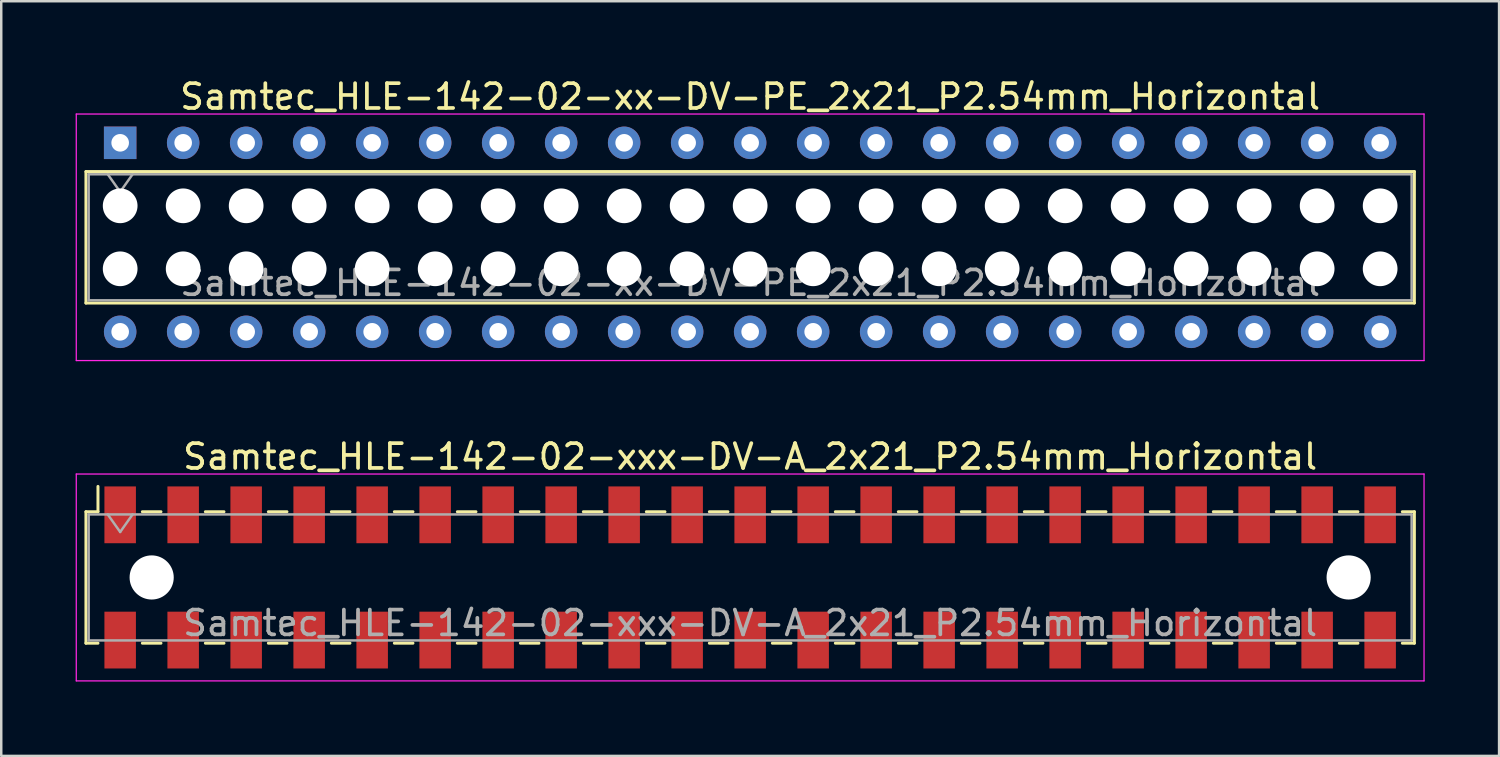
<source format=kicad_pcb>
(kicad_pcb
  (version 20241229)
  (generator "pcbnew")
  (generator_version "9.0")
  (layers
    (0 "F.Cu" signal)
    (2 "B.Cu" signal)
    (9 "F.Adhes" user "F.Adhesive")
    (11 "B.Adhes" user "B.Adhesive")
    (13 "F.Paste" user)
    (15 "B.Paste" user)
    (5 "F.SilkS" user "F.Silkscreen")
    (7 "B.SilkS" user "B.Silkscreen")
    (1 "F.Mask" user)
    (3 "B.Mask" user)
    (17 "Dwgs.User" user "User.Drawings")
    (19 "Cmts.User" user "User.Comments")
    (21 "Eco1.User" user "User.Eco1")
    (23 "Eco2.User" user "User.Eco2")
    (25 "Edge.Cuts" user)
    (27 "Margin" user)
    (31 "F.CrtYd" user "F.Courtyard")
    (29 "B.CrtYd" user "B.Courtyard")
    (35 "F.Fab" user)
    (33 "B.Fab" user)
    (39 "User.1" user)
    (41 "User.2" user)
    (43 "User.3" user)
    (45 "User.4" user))
  (footprint "Samtec_HLE-142-02-xxx-DV-A_2x21_P2.54mm_Horizontal"
    (layer "F.Cu")
    (at 27.195 20.232)
    (property "Reference" "Samtec_HLE-142-02-xxx-DV-A_2x21_P2.54mm_Horizontal" (at 0 -4.87 0) (layer "F.SilkS") (effects (font (size 1 1) (thickness 0.15))))
    (attr smd)
    (fp_line (start -26.78 -2.65) (end -26.78 2.65) (stroke (width 0.12) (type solid)) (layer "F.SilkS"))
    (fp_line (start -26.78 2.65) (end -26.295 2.65) (stroke (width 0.12) (type solid)) (layer "F.SilkS"))
    (fp_line (start -26.295 -3.67) (end -26.295 -2.65) (stroke (width 0.12) (type solid)) (layer "F.SilkS"))
    (fp_line (start -26.295 -2.65) (end -26.78 -2.65) (stroke (width 0.12) (type solid)) (layer "F.SilkS"))
    (fp_line (start -24.505 -2.65) (end -23.755 -2.65) (stroke (width 0.12) (type solid)) (layer "F.SilkS"))
    (fp_line (start -24.505 2.65) (end -23.755 2.65) (stroke (width 0.12) (type solid)) (layer "F.SilkS"))
    (fp_line (start -21.965 -2.65) (end -21.215 -2.65) (stroke (width 0.12) (type solid)) (layer "F.SilkS"))
    (fp_line (start -21.965 2.65) (end -21.215 2.65) (stroke (width 0.12) (type solid)) (layer "F.SilkS"))
    (fp_line (start -19.425 -2.65) (end -18.675 -2.65) (stroke (width 0.12) (type solid)) (layer "F.SilkS"))
    (fp_line (start -19.425 2.65) (end -18.675 2.65) (stroke (width 0.12) (type solid)) (layer "F.SilkS"))
    (fp_line (start -16.885 -2.65) (end -16.135 -2.65) (stroke (width 0.12) (type solid)) (layer "F.SilkS"))
    (fp_line (start -16.885 2.65) (end -16.135 2.65) (stroke (width 0.12) (type solid)) (layer "F.SilkS"))
    (fp_line (start -14.345 -2.65) (end -13.595 -2.65) (stroke (width 0.12) (type solid)) (layer "F.SilkS"))
    (fp_line (start -14.345 2.65) (end -13.595 2.65) (stroke (width 0.12) (type solid)) (layer "F.SilkS"))
    (fp_line (start -11.805 -2.65) (end -11.055 -2.65) (stroke (width 0.12) (type solid)) (layer "F.SilkS"))
    (fp_line (start -11.805 2.65) (end -11.055 2.65) (stroke (width 0.12) (type solid)) (layer "F.SilkS"))
    (fp_line (start -9.265 -2.65) (end -8.515 -2.65) (stroke (width 0.12) (type solid)) (layer "F.SilkS"))
    (fp_line (start -9.265 2.65) (end -8.515 2.65) (stroke (width 0.12) (type solid)) (layer "F.SilkS"))
    (fp_line (start -6.725 -2.65) (end -5.975 -2.65) (stroke (width 0.12) (type solid)) (layer "F.SilkS"))
    (fp_line (start -6.725 2.65) (end -5.975 2.65) (stroke (width 0.12) (type solid)) (layer "F.SilkS"))
    (fp_line (start -4.185 -2.65) (end -3.435 -2.65) (stroke (width 0.12) (type solid)) (layer "F.SilkS"))
    (fp_line (start -4.185 2.65) (end -3.435 2.65) (stroke (width 0.12) (type solid)) (layer "F.SilkS"))
    (fp_line (start -1.645 -2.65) (end -0.895 -2.65) (stroke (width 0.12) (type solid)) (layer "F.SilkS"))
    (fp_line (start -1.645 2.65) (end -0.895 2.65) (stroke (width 0.12) (type solid)) (layer "F.SilkS"))
    (fp_line (start 0.895 -2.65) (end 1.645 -2.65) (stroke (width 0.12) (type solid)) (layer "F.SilkS"))
    (fp_line (start 0.895 2.65) (end 1.645 2.65) (stroke (width 0.12) (type solid)) (layer "F.SilkS"))
    (fp_line (start 3.435 -2.65) (end 4.185 -2.65) (stroke (width 0.12) (type solid)) (layer "F.SilkS"))
    (fp_line (start 3.435 2.65) (end 4.185 2.65) (stroke (width 0.12) (type solid)) (layer "F.SilkS"))
    (fp_line (start 5.975 -2.65) (end 6.725 -2.65) (stroke (width 0.12) (type solid)) (layer "F.SilkS"))
    (fp_line (start 5.975 2.65) (end 6.725 2.65) (stroke (width 0.12) (type solid)) (layer "F.SilkS"))
    (fp_line (start 8.515 -2.65) (end 9.265 -2.65) (stroke (width 0.12) (type solid)) (layer "F.SilkS"))
    (fp_line (start 8.515 2.65) (end 9.265 2.65) (stroke (width 0.12) (type solid)) (layer "F.SilkS"))
    (fp_line (start 11.055 -2.65) (end 11.805 -2.65) (stroke (width 0.12) (type solid)) (layer "F.SilkS"))
    (fp_line (start 11.055 2.65) (end 11.805 2.65) (stroke (width 0.12) (type solid)) (layer "F.SilkS"))
    (fp_line (start 13.595 -2.65) (end 14.345 -2.65) (stroke (width 0.12) (type solid)) (layer "F.SilkS"))
    (fp_line (start 13.595 2.65) (end 14.345 2.65) (stroke (width 0.12) (type solid)) (layer "F.SilkS"))
    (fp_line (start 16.135 -2.65) (end 16.885 -2.65) (stroke (width 0.12) (type solid)) (layer "F.SilkS"))
    (fp_line (start 16.135 2.65) (end 16.885 2.65) (stroke (width 0.12) (type solid)) (layer "F.SilkS"))
    (fp_line (start 18.675 -2.65) (end 19.425 -2.65) (stroke (width 0.12) (type solid)) (layer "F.SilkS"))
    (fp_line (start 18.675 2.65) (end 19.425 2.65) (stroke (width 0.12) (type solid)) (layer "F.SilkS"))
    (fp_line (start 21.215 -2.65) (end 21.965 -2.65) (stroke (width 0.12) (type solid)) (layer "F.SilkS"))
    (fp_line (start 21.215 2.65) (end 21.965 2.65) (stroke (width 0.12) (type solid)) (layer "F.SilkS"))
    (fp_line (start 23.755 -2.65) (end 24.505 -2.65) (stroke (width 0.12) (type solid)) (layer "F.SilkS"))
    (fp_line (start 23.755 2.65) (end 24.505 2.65) (stroke (width 0.12) (type solid)) (layer "F.SilkS"))
    (fp_line (start 26.295 -2.65) (end 26.78 -2.65) (stroke (width 0.12) (type solid)) (layer "F.SilkS"))
    (fp_line (start 26.78 -2.65) (end 26.78 2.65) (stroke (width 0.12) (type solid)) (layer "F.SilkS"))
    (fp_line (start 26.78 2.65) (end 26.295 2.65) (stroke (width 0.12) (type solid)) (layer "F.SilkS"))
    (fp_line (start -27.17 -4.17) (end 27.17 -4.17) (stroke (width 0.05) (type solid)) (layer "F.CrtYd"))
    (fp_line (start -27.17 4.17) (end -27.17 -4.17) (stroke (width 0.05) (type solid)) (layer "F.CrtYd"))
    (fp_line (start 27.17 -4.17) (end 27.17 4.17) (stroke (width 0.05) (type solid)) (layer "F.CrtYd"))
    (fp_line (start 27.17 4.17) (end -27.17 4.17) (stroke (width 0.05) (type solid)) (layer "F.CrtYd"))
    (fp_line (start -26.67 -2.54) (end 26.67 -2.54) (stroke (width 0.1) (type solid)) (layer "F.Fab"))
    (fp_line (start -26.67 2.54) (end -26.67 -2.54) (stroke (width 0.1) (type solid)) (layer "F.Fab"))
    (fp_line (start -25.9 -2.54) (end -25.4 -1.833) (stroke (width 0.1) (type solid)) (layer "F.Fab"))
    (fp_line (start -25.4 -1.833) (end -24.9 -2.54) (stroke (width 0.1) (type solid)) (layer "F.Fab"))
    (fp_line (start 26.67 -2.54) (end 26.67 2.54) (stroke (width 0.1) (type solid)) (layer "F.Fab"))
    (fp_line (start 26.67 2.54) (end -26.67 2.54) (stroke (width 0.1) (type solid)) (layer "F.Fab"))
    (fp_text user "${REFERENCE}" (at 0 1.84 0) (layer "F.Fab") (effects (font (size 1 1) (thickness 0.15))))
    (pad "" np_thru_hole circle (at -24.13 0) (size 1.78 1.78) (drill 1.78) (layers "*.Cu" "*.Mask"))
    (pad "" np_thru_hole circle (at 24.13 0) (size 1.78 1.78) (drill 1.78) (layers "*.Cu" "*.Mask"))
    (pad "1" smd rect (at -25.4 -2.525) (size 1.27 2.29) (layers "F.Cu" "F.Mask" "F.Paste"))
    (pad "2" smd rect (at -25.4 2.525) (size 1.27 2.29) (layers "F.Cu" "F.Mask" "F.Paste"))
    (pad "3" smd rect (at -22.86 -2.525) (size 1.27 2.29) (layers "F.Cu" "F.Mask" "F.Paste"))
    (pad "4" smd rect (at -22.86 2.525) (size 1.27 2.29) (layers "F.Cu" "F.Mask" "F.Paste"))
    (pad "5" smd rect (at -20.32 -2.525) (size 1.27 2.29) (layers "F.Cu" "F.Mask" "F.Paste"))
    (pad "6" smd rect (at -20.32 2.525) (size 1.27 2.29) (layers "F.Cu" "F.Mask" "F.Paste"))
    (pad "7" smd rect (at -17.78 -2.525) (size 1.27 2.29) (layers "F.Cu" "F.Mask" "F.Paste"))
    (pad "8" smd rect (at -17.78 2.525) (size 1.27 2.29) (layers "F.Cu" "F.Mask" "F.Paste"))
    (pad "9" smd rect (at -15.24 -2.525) (size 1.27 2.29) (layers "F.Cu" "F.Mask" "F.Paste"))
    (pad "10" smd rect (at -15.24 2.525) (size 1.27 2.29) (layers "F.Cu" "F.Mask" "F.Paste"))
    (pad "11" smd rect (at -12.7 -2.525) (size 1.27 2.29) (layers "F.Cu" "F.Mask" "F.Paste"))
    (pad "12" smd rect (at -12.7 2.525) (size 1.27 2.29) (layers "F.Cu" "F.Mask" "F.Paste"))
    (pad "13" smd rect (at -10.16 -2.525) (size 1.27 2.29) (layers "F.Cu" "F.Mask" "F.Paste"))
    (pad "14" smd rect (at -10.16 2.525) (size 1.27 2.29) (layers "F.Cu" "F.Mask" "F.Paste"))
    (pad "15" smd rect (at -7.62 -2.525) (size 1.27 2.29) (layers "F.Cu" "F.Mask" "F.Paste"))
    (pad "16" smd rect (at -7.62 2.525) (size 1.27 2.29) (layers "F.Cu" "F.Mask" "F.Paste"))
    (pad "17" smd rect (at -5.08 -2.525) (size 1.27 2.29) (layers "F.Cu" "F.Mask" "F.Paste"))
    (pad "18" smd rect (at -5.08 2.525) (size 1.27 2.29) (layers "F.Cu" "F.Mask" "F.Paste"))
    (pad "19" smd rect (at -2.54 -2.525) (size 1.27 2.29) (layers "F.Cu" "F.Mask" "F.Paste"))
    (pad "20" smd rect (at -2.54 2.525) (size 1.27 2.29) (layers "F.Cu" "F.Mask" "F.Paste"))
    (pad "21" smd rect (at 0 -2.525) (size 1.27 2.29) (layers "F.Cu" "F.Mask" "F.Paste"))
    (pad "22" smd rect (at 0 2.525) (size 1.27 2.29) (layers "F.Cu" "F.Mask" "F.Paste"))
    (pad "23" smd rect (at 2.54 -2.525) (size 1.27 2.29) (layers "F.Cu" "F.Mask" "F.Paste"))
    (pad "24" smd rect (at 2.54 2.525) (size 1.27 2.29) (layers "F.Cu" "F.Mask" "F.Paste"))
    (pad "25" smd rect (at 5.08 -2.525) (size 1.27 2.29) (layers "F.Cu" "F.Mask" "F.Paste"))
    (pad "26" smd rect (at 5.08 2.525) (size 1.27 2.29) (layers "F.Cu" "F.Mask" "F.Paste"))
    (pad "27" smd rect (at 7.62 -2.525) (size 1.27 2.29) (layers "F.Cu" "F.Mask" "F.Paste"))
    (pad "28" smd rect (at 7.62 2.525) (size 1.27 2.29) (layers "F.Cu" "F.Mask" "F.Paste"))
    (pad "29" smd rect (at 10.16 -2.525) (size 1.27 2.29) (layers "F.Cu" "F.Mask" "F.Paste"))
    (pad "30" smd rect (at 10.16 2.525) (size 1.27 2.29) (layers "F.Cu" "F.Mask" "F.Paste"))
    (pad "31" smd rect (at 12.7 -2.525) (size 1.27 2.29) (layers "F.Cu" "F.Mask" "F.Paste"))
    (pad "32" smd rect (at 12.7 2.525) (size 1.27 2.29) (layers "F.Cu" "F.Mask" "F.Paste"))
    (pad "33" smd rect (at 15.24 -2.525) (size 1.27 2.29) (layers "F.Cu" "F.Mask" "F.Paste"))
    (pad "34" smd rect (at 15.24 2.525) (size 1.27 2.29) (layers "F.Cu" "F.Mask" "F.Paste"))
    (pad "35" smd rect (at 17.78 -2.525) (size 1.27 2.29) (layers "F.Cu" "F.Mask" "F.Paste"))
    (pad "36" smd rect (at 17.78 2.525) (size 1.27 2.29) (layers "F.Cu" "F.Mask" "F.Paste"))
    (pad "37" smd rect (at 20.32 -2.525) (size 1.27 2.29) (layers "F.Cu" "F.Mask" "F.Paste"))
    (pad "38" smd rect (at 20.32 2.525) (size 1.27 2.29) (layers "F.Cu" "F.Mask" "F.Paste"))
    (pad "39" smd rect (at 22.86 -2.525) (size 1.27 2.29) (layers "F.Cu" "F.Mask" "F.Paste"))
    (pad "40" smd rect (at 22.86 2.525) (size 1.27 2.29) (layers "F.Cu" "F.Mask" "F.Paste"))
    (pad "41" smd rect (at 25.4 -2.525) (size 1.27 2.29) (layers "F.Cu" "F.Mask" "F.Paste"))
    (pad "42" smd rect (at 25.4 2.525) (size 1.27 2.29) (layers "F.Cu" "F.Mask" "F.Paste")))
  (footprint "Samtec_HLE-142-02-xx-DV-PE_2x21_P2.54mm_Horizontal"
    (layer "F.Cu")
    (at 1.795 2.708)
    (property "Reference" "Samtec_HLE-142-02-xx-DV-PE_2x21_P2.54mm_Horizontal" (at 25.4 -1.86 0) (layer "F.SilkS") (effects (font (size 1 1) (thickness 0.15))))
    (attr through_hole)
    (fp_line (start -1.38 1.16) (end 52.18 1.16) (stroke (width 0.12) (type solid)) (layer "F.SilkS"))
    (fp_line (start -1.38 6.46) (end -1.38 1.16) (stroke (width 0.12) (type solid)) (layer "F.SilkS"))
    (fp_line (start 52.18 1.16) (end 52.18 6.46) (stroke (width 0.12) (type solid)) (layer "F.SilkS"))
    (fp_line (start 52.18 6.46) (end -1.38 6.46) (stroke (width 0.12) (type solid)) (layer "F.SilkS"))
    (fp_line (start -1.77 -1.16) (end 52.57 -1.16) (stroke (width 0.05) (type solid)) (layer "F.CrtYd"))
    (fp_line (start -1.77 8.78) (end -1.77 -1.16) (stroke (width 0.05) (type solid)) (layer "F.CrtYd"))
    (fp_line (start 52.57 -1.16) (end 52.57 8.78) (stroke (width 0.05) (type solid)) (layer "F.CrtYd"))
    (fp_line (start 52.57 8.78) (end -1.77 8.78) (stroke (width 0.05) (type solid)) (layer "F.CrtYd"))
    (fp_line (start -1.27 1.27) (end 52.07 1.27) (stroke (width 0.1) (type solid)) (layer "F.Fab"))
    (fp_line (start -1.27 6.35) (end -1.27 1.27) (stroke (width 0.1) (type solid)) (layer "F.Fab"))
    (fp_line (start -0.5 1.27) (end 0 1.977) (stroke (width 0.1) (type solid)) (layer "F.Fab"))
    (fp_line (start 0 1.977) (end 0.5 1.27) (stroke (width 0.1) (type solid)) (layer "F.Fab"))
    (fp_line (start 52.07 1.27) (end 52.07 6.35) (stroke (width 0.1) (type solid)) (layer "F.Fab"))
    (fp_line (start 52.07 6.35) (end -1.27 6.35) (stroke (width 0.1) (type solid)) (layer "F.Fab"))
    (fp_text user "${REFERENCE}" (at 25.4 5.65 0) (layer "F.Fab") (effects (font (size 1 1) (thickness 0.15))))
    (pad "" np_thru_hole circle (at 0 2.54) (size 1.4 1.4) (drill 1.4) (layers "*.Cu" "*.Mask"))
    (pad "" np_thru_hole circle (at 0 5.08) (size 1.4 1.4) (drill 1.4) (layers "*.Cu" "*.Mask"))
    (pad "" np_thru_hole circle (at 2.54 2.54) (size 1.4 1.4) (drill 1.4) (layers "*.Cu" "*.Mask"))
    (pad "" np_thru_hole circle (at 2.54 5.08) (size 1.4 1.4) (drill 1.4) (layers "*.Cu" "*.Mask"))
    (pad "" np_thru_hole circle (at 5.08 2.54) (size 1.4 1.4) (drill 1.4) (layers "*.Cu" "*.Mask"))
    (pad "" np_thru_hole circle (at 5.08 5.08) (size 1.4 1.4) (drill 1.4) (layers "*.Cu" "*.Mask"))
    (pad "" np_thru_hole circle (at 7.62 2.54) (size 1.4 1.4) (drill 1.4) (layers "*.Cu" "*.Mask"))
    (pad "" np_thru_hole circle (at 7.62 5.08) (size 1.4 1.4) (drill 1.4) (layers "*.Cu" "*.Mask"))
    (pad "" np_thru_hole circle (at 10.16 2.54) (size 1.4 1.4) (drill 1.4) (layers "*.Cu" "*.Mask"))
    (pad "" np_thru_hole circle (at 10.16 5.08) (size 1.4 1.4) (drill 1.4) (layers "*.Cu" "*.Mask"))
    (pad "" np_thru_hole circle (at 12.7 2.54) (size 1.4 1.4) (drill 1.4) (layers "*.Cu" "*.Mask"))
    (pad "" np_thru_hole circle (at 12.7 5.08) (size 1.4 1.4) (drill 1.4) (layers "*.Cu" "*.Mask"))
    (pad "" np_thru_hole circle (at 15.24 2.54) (size 1.4 1.4) (drill 1.4) (layers "*.Cu" "*.Mask"))
    (pad "" np_thru_hole circle (at 15.24 5.08) (size 1.4 1.4) (drill 1.4) (layers "*.Cu" "*.Mask"))
    (pad "" np_thru_hole circle (at 17.78 2.54) (size 1.4 1.4) (drill 1.4) (layers "*.Cu" "*.Mask"))
    (pad "" np_thru_hole circle (at 17.78 5.08) (size 1.4 1.4) (drill 1.4) (layers "*.Cu" "*.Mask"))
    (pad "" np_thru_hole circle (at 20.32 2.54) (size 1.4 1.4) (drill 1.4) (layers "*.Cu" "*.Mask"))
    (pad "" np_thru_hole circle (at 20.32 5.08) (size 1.4 1.4) (drill 1.4) (layers "*.Cu" "*.Mask"))
    (pad "" np_thru_hole circle (at 22.86 2.54) (size 1.4 1.4) (drill 1.4) (layers "*.Cu" "*.Mask"))
    (pad "" np_thru_hole circle (at 22.86 5.08) (size 1.4 1.4) (drill 1.4) (layers "*.Cu" "*.Mask"))
    (pad "" np_thru_hole circle (at 25.4 2.54) (size 1.4 1.4) (drill 1.4) (layers "*.Cu" "*.Mask"))
    (pad "" np_thru_hole circle (at 25.4 5.08) (size 1.4 1.4) (drill 1.4) (layers "*.Cu" "*.Mask"))
    (pad "" np_thru_hole circle (at 27.94 2.54) (size 1.4 1.4) (drill 1.4) (layers "*.Cu" "*.Mask"))
    (pad "" np_thru_hole circle (at 27.94 5.08) (size 1.4 1.4) (drill 1.4) (layers "*.Cu" "*.Mask"))
    (pad "" np_thru_hole circle (at 30.48 2.54) (size 1.4 1.4) (drill 1.4) (layers "*.Cu" "*.Mask"))
    (pad "" np_thru_hole circle (at 30.48 5.08) (size 1.4 1.4) (drill 1.4) (layers "*.Cu" "*.Mask"))
    (pad "" np_thru_hole circle (at 33.02 2.54) (size 1.4 1.4) (drill 1.4) (layers "*.Cu" "*.Mask"))
    (pad "" np_thru_hole circle (at 33.02 5.08) (size 1.4 1.4) (drill 1.4) (layers "*.Cu" "*.Mask"))
    (pad "" np_thru_hole circle (at 35.56 2.54) (size 1.4 1.4) (drill 1.4) (layers "*.Cu" "*.Mask"))
    (pad "" np_thru_hole circle (at 35.56 5.08) (size 1.4 1.4) (drill 1.4) (layers "*.Cu" "*.Mask"))
    (pad "" np_thru_hole circle (at 38.1 2.54) (size 1.4 1.4) (drill 1.4) (layers "*.Cu" "*.Mask"))
    (pad "" np_thru_hole circle (at 38.1 5.08) (size 1.4 1.4) (drill 1.4) (layers "*.Cu" "*.Mask"))
    (pad "" np_thru_hole circle (at 40.64 2.54) (size 1.4 1.4) (drill 1.4) (layers "*.Cu" "*.Mask"))
    (pad "" np_thru_hole circle (at 40.64 5.08) (size 1.4 1.4) (drill 1.4) (layers "*.Cu" "*.Mask"))
    (pad "" np_thru_hole circle (at 43.18 2.54) (size 1.4 1.4) (drill 1.4) (layers "*.Cu" "*.Mask"))
    (pad "" np_thru_hole circle (at 43.18 5.08) (size 1.4 1.4) (drill 1.4) (layers "*.Cu" "*.Mask"))
    (pad "" np_thru_hole circle (at 45.72 2.54) (size 1.4 1.4) (drill 1.4) (layers "*.Cu" "*.Mask"))
    (pad "" np_thru_hole circle (at 45.72 5.08) (size 1.4 1.4) (drill 1.4) (layers "*.Cu" "*.Mask"))
    (pad "" np_thru_hole circle (at 48.26 2.54) (size 1.4 1.4) (drill 1.4) (layers "*.Cu" "*.Mask"))
    (pad "" np_thru_hole circle (at 48.26 5.08) (size 1.4 1.4) (drill 1.4) (layers "*.Cu" "*.Mask"))
    (pad "" np_thru_hole circle (at 50.8 2.54) (size 1.4 1.4) (drill 1.4) (layers "*.Cu" "*.Mask"))
    (pad "" np_thru_hole circle (at 50.8 5.08) (size 1.4 1.4) (drill 1.4) (layers "*.Cu" "*.Mask"))
    (pad "1" thru_hole rect (at 0 0) (size 1.31 1.31) (drill 0.71) (layers "*.Cu" "*.Mask"))
    (pad "2" thru_hole circle (at 0 7.62) (size 1.31 1.31) (drill 0.71) (layers "*.Cu" "*.Mask"))
    (pad "3" thru_hole circle (at 2.54 0) (size 1.31 1.31) (drill 0.71) (layers "*.Cu" "*.Mask"))
    (pad "4" thru_hole circle (at 2.54 7.62) (size 1.31 1.31) (drill 0.71) (layers "*.Cu" "*.Mask"))
    (pad "5" thru_hole circle (at 5.08 0) (size 1.31 1.31) (drill 0.71) (layers "*.Cu" "*.Mask"))
    (pad "6" thru_hole circle (at 5.08 7.62) (size 1.31 1.31) (drill 0.71) (layers "*.Cu" "*.Mask"))
    (pad "7" thru_hole circle (at 7.62 0) (size 1.31 1.31) (drill 0.71) (layers "*.Cu" "*.Mask"))
    (pad "8" thru_hole circle (at 7.62 7.62) (size 1.31 1.31) (drill 0.71) (layers "*.Cu" "*.Mask"))
    (pad "9" thru_hole circle (at 10.16 0) (size 1.31 1.31) (drill 0.71) (layers "*.Cu" "*.Mask"))
    (pad "10" thru_hole circle (at 10.16 7.62) (size 1.31 1.31) (drill 0.71) (layers "*.Cu" "*.Mask"))
    (pad "11" thru_hole circle (at 12.7 0) (size 1.31 1.31) (drill 0.71) (layers "*.Cu" "*.Mask"))
    (pad "12" thru_hole circle (at 12.7 7.62) (size 1.31 1.31) (drill 0.71) (layers "*.Cu" "*.Mask"))
    (pad "13" thru_hole circle (at 15.24 0) (size 1.31 1.31) (drill 0.71) (layers "*.Cu" "*.Mask"))
    (pad "14" thru_hole circle (at 15.24 7.62) (size 1.31 1.31) (drill 0.71) (layers "*.Cu" "*.Mask"))
    (pad "15" thru_hole circle (at 17.78 0) (size 1.31 1.31) (drill 0.71) (layers "*.Cu" "*.Mask"))
    (pad "16" thru_hole circle (at 17.78 7.62) (size 1.31 1.31) (drill 0.71) (layers "*.Cu" "*.Mask"))
    (pad "17" thru_hole circle (at 20.32 0) (size 1.31 1.31) (drill 0.71) (layers "*.Cu" "*.Mask"))
    (pad "18" thru_hole circle (at 20.32 7.62) (size 1.31 1.31) (drill 0.71) (layers "*.Cu" "*.Mask"))
    (pad "19" thru_hole circle (at 22.86 0) (size 1.31 1.31) (drill 0.71) (layers "*.Cu" "*.Mask"))
    (pad "20" thru_hole circle (at 22.86 7.62) (size 1.31 1.31) (drill 0.71) (layers "*.Cu" "*.Mask"))
    (pad "21" thru_hole circle (at 25.4 0) (size 1.31 1.31) (drill 0.71) (layers "*.Cu" "*.Mask"))
    (pad "22" thru_hole circle (at 25.4 7.62) (size 1.31 1.31) (drill 0.71) (layers "*.Cu" "*.Mask"))
    (pad "23" thru_hole circle (at 27.94 0) (size 1.31 1.31) (drill 0.71) (layers "*.Cu" "*.Mask"))
    (pad "24" thru_hole circle (at 27.94 7.62) (size 1.31 1.31) (drill 0.71) (layers "*.Cu" "*.Mask"))
    (pad "25" thru_hole circle (at 30.48 0) (size 1.31 1.31) (drill 0.71) (layers "*.Cu" "*.Mask"))
    (pad "26" thru_hole circle (at 30.48 7.62) (size 1.31 1.31) (drill 0.71) (layers "*.Cu" "*.Mask"))
    (pad "27" thru_hole circle (at 33.02 0) (size 1.31 1.31) (drill 0.71) (layers "*.Cu" "*.Mask"))
    (pad "28" thru_hole circle (at 33.02 7.62) (size 1.31 1.31) (drill 0.71) (layers "*.Cu" "*.Mask"))
    (pad "29" thru_hole circle (at 35.56 0) (size 1.31 1.31) (drill 0.71) (layers "*.Cu" "*.Mask"))
    (pad "30" thru_hole circle (at 35.56 7.62) (size 1.31 1.31) (drill 0.71) (layers "*.Cu" "*.Mask"))
    (pad "31" thru_hole circle (at 38.1 0) (size 1.31 1.31) (drill 0.71) (layers "*.Cu" "*.Mask"))
    (pad "32" thru_hole circle (at 38.1 7.62) (size 1.31 1.31) (drill 0.71) (layers "*.Cu" "*.Mask"))
    (pad "33" thru_hole circle (at 40.64 0) (size 1.31 1.31) (drill 0.71) (layers "*.Cu" "*.Mask"))
    (pad "34" thru_hole circle (at 40.64 7.62) (size 1.31 1.31) (drill 0.71) (layers "*.Cu" "*.Mask"))
    (pad "35" thru_hole circle (at 43.18 0) (size 1.31 1.31) (drill 0.71) (layers "*.Cu" "*.Mask"))
    (pad "36" thru_hole circle (at 43.18 7.62) (size 1.31 1.31) (drill 0.71) (layers "*.Cu" "*.Mask"))
    (pad "37" thru_hole circle (at 45.72 0) (size 1.31 1.31) (drill 0.71) (layers "*.Cu" "*.Mask"))
    (pad "38" thru_hole circle (at 45.72 7.62) (size 1.31 1.31) (drill 0.71) (layers "*.Cu" "*.Mask"))
    (pad "39" thru_hole circle (at 48.26 0) (size 1.31 1.31) (drill 0.71) (layers "*.Cu" "*.Mask"))
    (pad "40" thru_hole circle (at 48.26 7.62) (size 1.31 1.31) (drill 0.71) (layers "*.Cu" "*.Mask"))
    (pad "41" thru_hole circle (at 50.8 0) (size 1.31 1.31) (drill 0.71) (layers "*.Cu" "*.Mask"))
    (pad "42" thru_hole circle (at 50.8 7.62) (size 1.31 1.31) (drill 0.71) (layers "*.Cu" "*.Mask")))
  (gr_rect
    (start -3 -3)
    (end 57.39 27.427)
    (stroke (width 0.1) (type default))
    (fill no)
    (layer "Edge.Cuts")))
</source>
